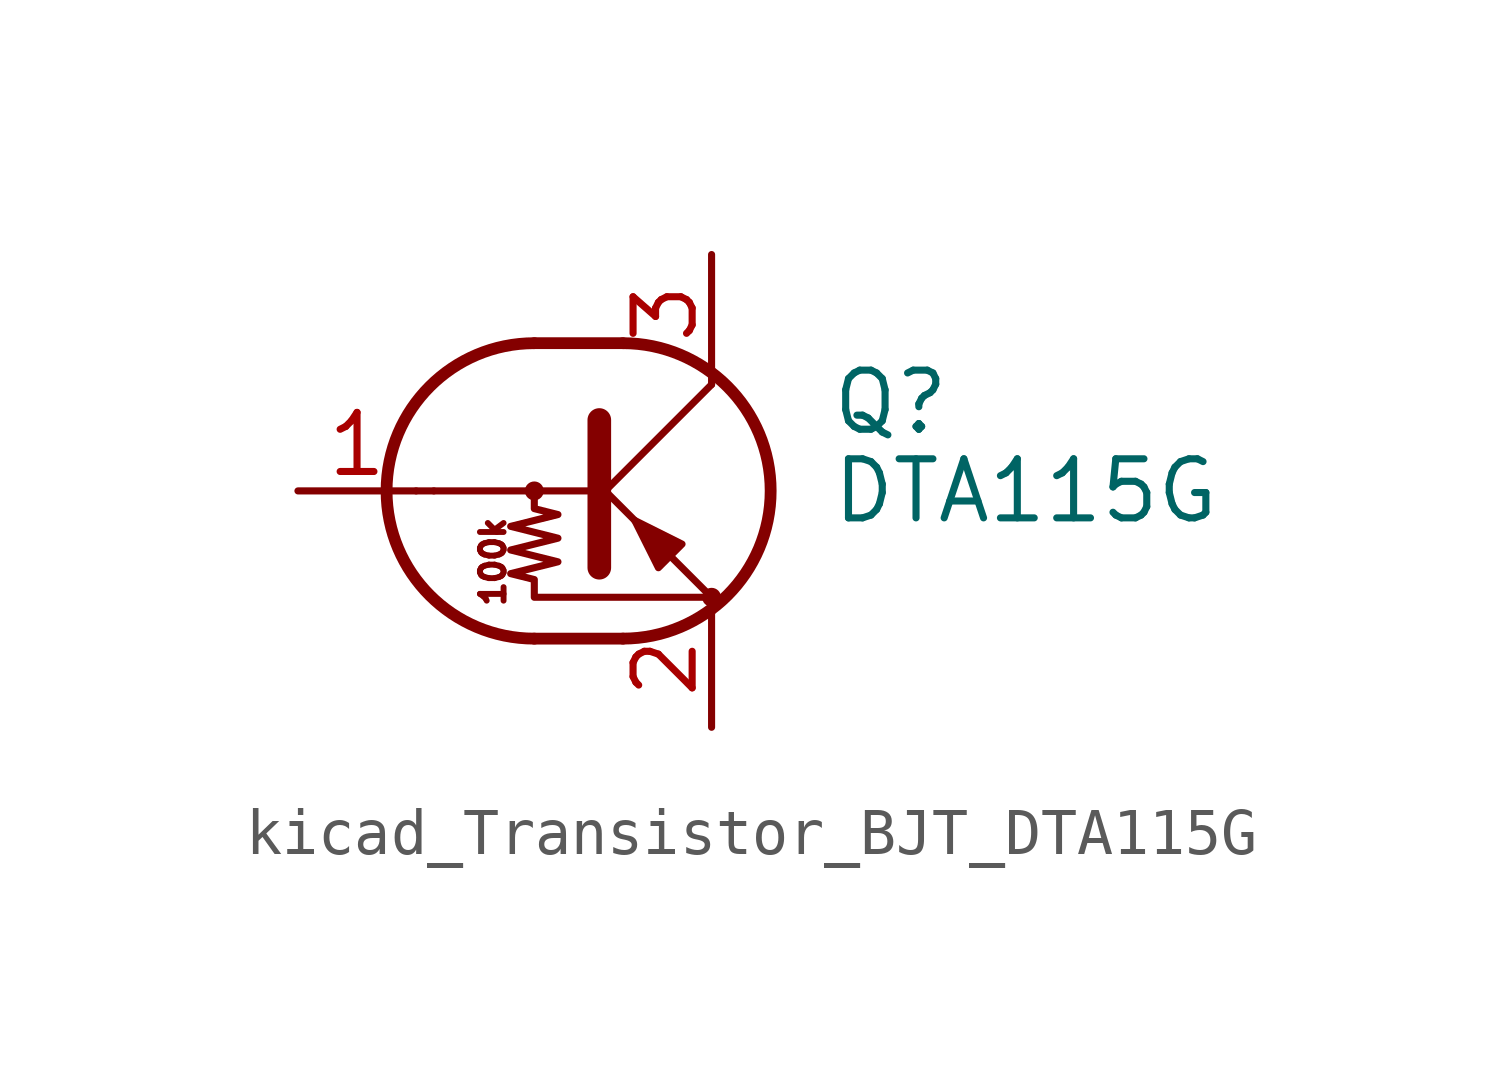
<source format=kicad_sym>
(kicad_symbol_lib
  (version 20220914)
  (generator kicad_symbol_editor)
  (symbol "kicad_Transistor_BJT_DTA115G"
    (pin_names
      (offset 0) hide)
    (property "Reference" "Q"
      (at 5.08 1.905 0)
      (effects (font (size 1.27 1.27)) (justify left)))
    (property "Value" "DTA115G"
      (at 5.08 0 0)
      (effects (font (size 1.27 1.27)) (justify left)))
    (symbol "kicad_Transistor_BJT_DTA115G_0_0"
      (polyline (pts (xy -3.429 0) (xy 0 0)) (stroke (width 0) (type default)) (fill (type none)))
      (text "100k" (at -2.159 -1.524 900) (effects (font (size 0.508 0.508)))))
    (symbol "kicad_Transistor_BJT_DTA115G_0_1"
      (circle (center -1.27 0) (radius 0.127) (stroke (width 0) (type default)) (fill (type none)))
      (arc (start -1.27 3.175) (mid -4.4312 0) (end -1.27 -3.175) (stroke (width 0.254) (type default)) (fill (type none)))
      (polyline (pts (xy -3.429 0) (xy -3.81 0)) (stroke (width 0) (type default)) (fill (type none)))
      (polyline (pts (xy -1.27 -3.175) (xy 0.635 -3.175)) (stroke (width 0.254) (type default)) (fill (type none)))
      (polyline (pts (xy -1.27 3.175) (xy 0.635 3.175)) (stroke (width 0.254) (type default)) (fill (type none)))
      (polyline (pts (xy 0 -0.254) (xy 2.54 2.286)) (stroke (width 0) (type default)) (fill (type none)))
      (polyline (pts (xy 0.127 1.524) (xy 0.127 -1.651)) (stroke (width 0.508) (type default)) (fill (type outline)))
      (polyline (pts (xy 2.54 2.286) (xy 2.54 2.54)) (stroke (width 0) (type default)) (fill (type none)))
      (polyline (pts (xy 2.54 -2.286) (xy 0 0.254) (xy 0 0.254)) (stroke (width 0) (type default)) (fill (type none)))
      (polyline (pts (xy 1.397 -1.651) (xy 1.905 -1.143) (xy 0.889 -0.635) (xy 1.397 -1.651)) (stroke (width 0) (type default)) (fill (type outline)))
      (polyline (pts (xy -1.27 0) (xy -1.27 -0.381) (xy -0.762 -0.508) (xy -1.778 -0.762) (xy -0.762 -1.016) (xy -1.778 -1.27) (xy -0.762 -1.524) (xy -1.778 -1.778) (xy -1.27 -1.905) (xy -1.27 -2.286) (xy 2.54 -2.286)) (stroke (width 0) (type default)) (fill (type none)))
      (arc (start 0.635 -3.175) (mid 3.7962 0) (end 0.635 3.175) (stroke (width 0.254) (type default)) (fill (type none)))
      (circle (center 2.54 -2.286) (radius 0.127) (stroke (width 0) (type default)) (fill (type none))))
    (symbol "kicad_Transistor_BJT_DTA115G_1_1"
      (pin input line (at -6.35 0 0) (length 2.54) (name "B" (effects (font (size 1.27 1.27)))) (number "1" (effects (font (size 1.27 1.27)))))
      (pin passive line (at 2.54 -5.08 90) (length 2.54) (name "E" (effects (font (size 1.27 1.27)))) (number "2" (effects (font (size 1.27 1.27)))))
      (pin passive line (at 2.54 5.08 270) (length 2.54) (name "C" (effects (font (size 1.27 1.27)))) (number "3" (effects (font (size 1.27 1.27))))))))
</source>
